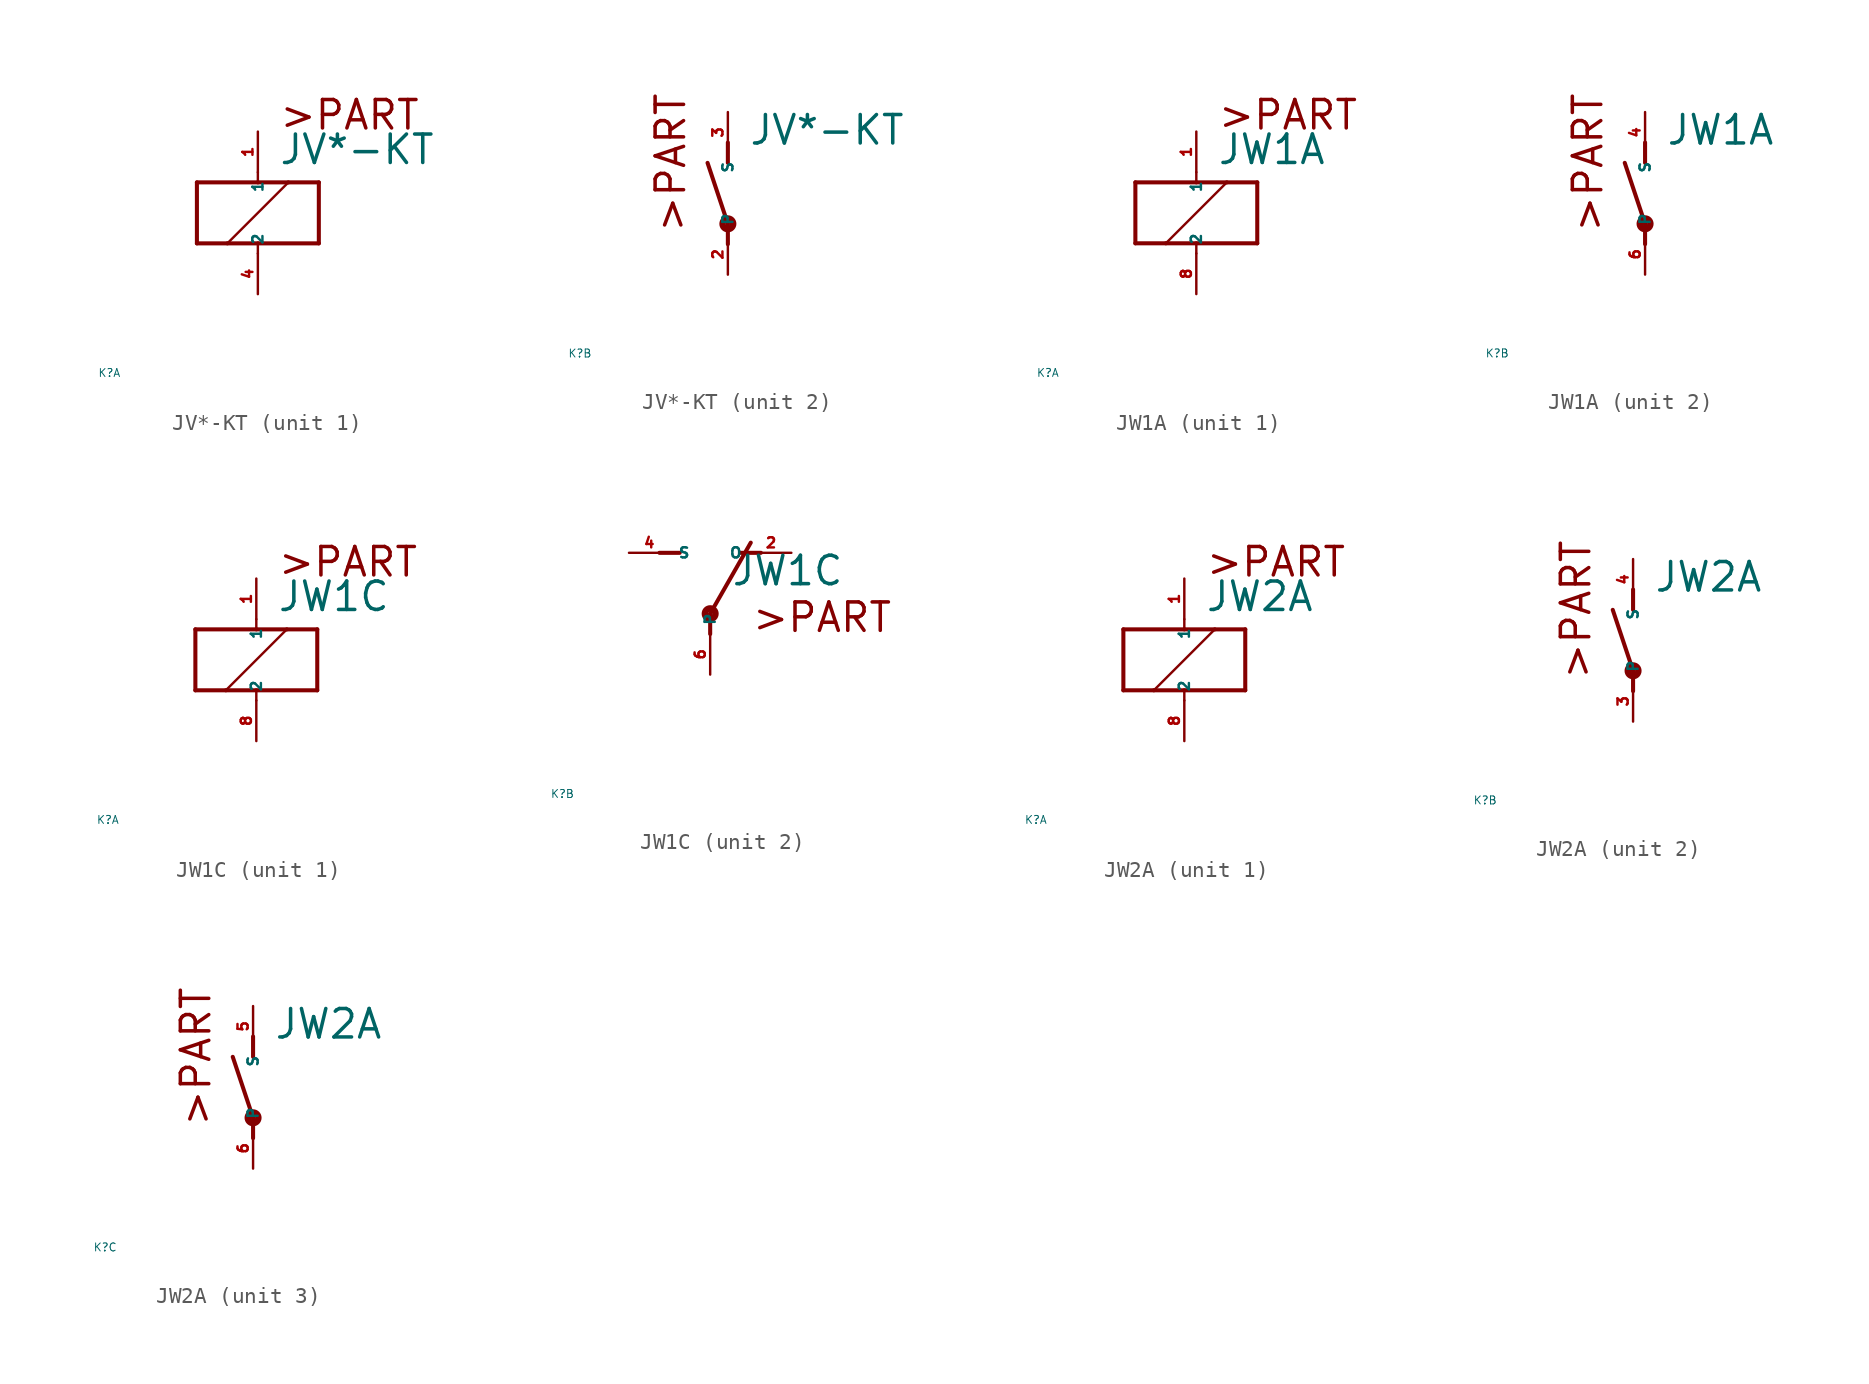
<source format=kicad_sym>
(kicad_symbol_lib
  (version 20220914)
  (generator Eagle2Kicad)
  (symbol "JV*-KT"
    (property "Reference" "K"
      (at -10 -10 0)
      (effects (font (size 0.5 0.5) (thickness 0.06)) (justify left)))
    (property "Value" "JV*-KT"
      (at 1.27 2.921 0)
      (effects (font (size 1.778 1.778) (thickness 0.22)) (justify left bottom)))
    (symbol "JV*-KT_1_0"
      (polyline (pts (xy -3.81 -1.905) (xy -1.905 -1.905)) (stroke (width 0.254) (type default)) (fill (type none)))
      (polyline (pts (xy 3.81 -1.905) (xy 3.81 1.905)) (stroke (width 0.254) (type default)) (fill (type none)))
      (polyline (pts (xy 3.81 1.905) (xy 1.905 1.905)) (stroke (width 0.254) (type default)) (fill (type none)))
      (polyline (pts (xy -3.81 1.905) (xy -3.81 -1.905)) (stroke (width 0.254) (type default)) (fill (type none)))
      (polyline (pts (xy 0 -2.54) (xy 0 -1.905)) (stroke (width 0.152) (type default)) (fill (type none)))
      (polyline (pts (xy 0 -1.905) (xy 3.81 -1.905)) (stroke (width 0.254) (type default)) (fill (type none)))
      (polyline (pts (xy 0 2.54) (xy 0 1.905)) (stroke (width 0.152) (type default)) (fill (type none)))
      (polyline (pts (xy 0 1.905) (xy -3.81 1.905)) (stroke (width 0.254) (type default)) (fill (type none)))
      (polyline (pts (xy -1.905 -1.905) (xy 1.905 1.905)) (stroke (width 0.152) (type default)) (fill (type none)))
      (polyline (pts (xy -1.905 -1.905) (xy 0 -1.905)) (stroke (width 0.254) (type default)) (fill (type none)))
      (polyline (pts (xy 1.905 1.905) (xy 0 1.905)) (stroke (width 0.254) (type default)) (fill (type none)))
      (text ">PART" (at 1.27 5.08 0) (effects (font (size 1.778 1.778) (thickness 0.22)) (justify left bottom)))
      (pin passive line (at 0 -5.08 90) (length 2.54) (name "2" (effects (font (size 0.635 0.635) (thickness 0.08)) (justify left bottom))) (number "4" (effects (font (size 0.635 0.635) (thickness 0.08)) (justify left bottom))))
      (pin passive line (at 0 5.08 270) (length 2.54) (name "1" (effects (font (size 0.635 0.635) (thickness 0.08)) (justify left bottom))) (number "1" (effects (font (size 0.635 0.635) (thickness 0.08)) (justify left bottom)))))
    (symbol "JV*-KT_2_0"
      (polyline (pts (xy 0 3.175) (xy 0 1.905)) (stroke (width 0.254) (type default)) (fill (type none)))
      (polyline (pts (xy 0 -3.175) (xy 0 -1.905)) (stroke (width 0.254) (type default)) (fill (type none)))
      (polyline (pts (xy 0 -1.905) (xy -1.27 1.905)) (stroke (width 0.254) (type default)) (fill (type none)))
      (text ">PART" (at -2.54 -2.54 900) (effects (font (size 1.778 1.778) (thickness 0.22)) (justify left bottom)))
      (circle (center 0 -1.905) (radius 0.127) (stroke (width 0.406) (type default)) (fill (type none)))
      (pin passive line (at 0 -5.08 90) (length 2.54) (name "P" (effects (font (size 0.635 0.635) (thickness 0.08)) (justify left bottom))) (number "2" (effects (font (size 0.635 0.635) (thickness 0.08)) (justify left bottom))))
      (pin passive line (at 0 5.08 270) (length 2.54) (name "S" (effects (font (size 0.635 0.635) (thickness 0.08)) (justify left bottom))) (number "3" (effects (font (size 0.635 0.635) (thickness 0.08)) (justify left bottom))))))
  (symbol "JW1A"
    (property "Reference" "K"
      (at -10 -10 0)
      (effects (font (size 0.5 0.5) (thickness 0.06)) (justify left)))
    (property "Value" "JW1A"
      (at 1.27 2.921 0)
      (effects (font (size 1.778 1.778) (thickness 0.22)) (justify left bottom)))
    (symbol "JW1A_1_0"
      (polyline (pts (xy -3.81 -1.905) (xy -1.905 -1.905)) (stroke (width 0.254) (type default)) (fill (type none)))
      (polyline (pts (xy 3.81 -1.905) (xy 3.81 1.905)) (stroke (width 0.254) (type default)) (fill (type none)))
      (polyline (pts (xy 3.81 1.905) (xy 1.905 1.905)) (stroke (width 0.254) (type default)) (fill (type none)))
      (polyline (pts (xy -3.81 1.905) (xy -3.81 -1.905)) (stroke (width 0.254) (type default)) (fill (type none)))
      (polyline (pts (xy 0 -2.54) (xy 0 -1.905)) (stroke (width 0.152) (type default)) (fill (type none)))
      (polyline (pts (xy 0 -1.905) (xy 3.81 -1.905)) (stroke (width 0.254) (type default)) (fill (type none)))
      (polyline (pts (xy 0 2.54) (xy 0 1.905)) (stroke (width 0.152) (type default)) (fill (type none)))
      (polyline (pts (xy 0 1.905) (xy -3.81 1.905)) (stroke (width 0.254) (type default)) (fill (type none)))
      (polyline (pts (xy -1.905 -1.905) (xy 1.905 1.905)) (stroke (width 0.152) (type default)) (fill (type none)))
      (polyline (pts (xy -1.905 -1.905) (xy 0 -1.905)) (stroke (width 0.254) (type default)) (fill (type none)))
      (polyline (pts (xy 1.905 1.905) (xy 0 1.905)) (stroke (width 0.254) (type default)) (fill (type none)))
      (text ">PART" (at 1.27 5.08 0) (effects (font (size 1.778 1.778) (thickness 0.22)) (justify left bottom)))
      (pin passive line (at 0 -5.08 90) (length 2.54) (name "2" (effects (font (size 0.635 0.635) (thickness 0.08)) (justify left bottom))) (number "8" (effects (font (size 0.635 0.635) (thickness 0.08)) (justify left bottom))))
      (pin passive line (at 0 5.08 270) (length 2.54) (name "1" (effects (font (size 0.635 0.635) (thickness 0.08)) (justify left bottom))) (number "1" (effects (font (size 0.635 0.635) (thickness 0.08)) (justify left bottom)))))
    (symbol "JW1A_2_0"
      (polyline (pts (xy 0 3.175) (xy 0 1.905)) (stroke (width 0.254) (type default)) (fill (type none)))
      (polyline (pts (xy 0 -3.175) (xy 0 -1.905)) (stroke (width 0.254) (type default)) (fill (type none)))
      (polyline (pts (xy 0 -1.905) (xy -1.27 1.905)) (stroke (width 0.254) (type default)) (fill (type none)))
      (text ">PART" (at -2.54 -2.54 900) (effects (font (size 1.778 1.778) (thickness 0.22)) (justify left bottom)))
      (circle (center 0 -1.905) (radius 0.127) (stroke (width 0.406) (type default)) (fill (type none)))
      (pin passive line (at 0 -5.08 90) (length 2.54) (name "P" (effects (font (size 0.635 0.635) (thickness 0.08)) (justify left bottom))) (number "6" (effects (font (size 0.635 0.635) (thickness 0.08)) (justify left bottom))))
      (pin passive line (at 0 5.08 270) (length 2.54) (name "S" (effects (font (size 0.635 0.635) (thickness 0.08)) (justify left bottom))) (number "4" (effects (font (size 0.635 0.635) (thickness 0.08)) (justify left bottom))))))
  (symbol "JW1C"
    (property "Reference" "K"
      (at -10 -10 0)
      (effects (font (size 0.5 0.5) (thickness 0.06)) (justify left)))
    (property "Value" "JW1C"
      (at 1.27 2.921 0)
      (effects (font (size 1.778 1.778) (thickness 0.22)) (justify left bottom)))
    (symbol "JW1C_1_0"
      (polyline (pts (xy -3.81 -1.905) (xy -1.905 -1.905)) (stroke (width 0.254) (type default)) (fill (type none)))
      (polyline (pts (xy 3.81 -1.905) (xy 3.81 1.905)) (stroke (width 0.254) (type default)) (fill (type none)))
      (polyline (pts (xy 3.81 1.905) (xy 1.905 1.905)) (stroke (width 0.254) (type default)) (fill (type none)))
      (polyline (pts (xy -3.81 1.905) (xy -3.81 -1.905)) (stroke (width 0.254) (type default)) (fill (type none)))
      (polyline (pts (xy 0 -2.54) (xy 0 -1.905)) (stroke (width 0.152) (type default)) (fill (type none)))
      (polyline (pts (xy 0 -1.905) (xy 3.81 -1.905)) (stroke (width 0.254) (type default)) (fill (type none)))
      (polyline (pts (xy 0 2.54) (xy 0 1.905)) (stroke (width 0.152) (type default)) (fill (type none)))
      (polyline (pts (xy 0 1.905) (xy -3.81 1.905)) (stroke (width 0.254) (type default)) (fill (type none)))
      (polyline (pts (xy -1.905 -1.905) (xy 1.905 1.905)) (stroke (width 0.152) (type default)) (fill (type none)))
      (polyline (pts (xy -1.905 -1.905) (xy 0 -1.905)) (stroke (width 0.254) (type default)) (fill (type none)))
      (polyline (pts (xy 1.905 1.905) (xy 0 1.905)) (stroke (width 0.254) (type default)) (fill (type none)))
      (text ">PART" (at 1.27 5.08 0) (effects (font (size 1.778 1.778) (thickness 0.22)) (justify left bottom)))
      (pin passive line (at 0 -5.08 90) (length 2.54) (name "2" (effects (font (size 0.635 0.635) (thickness 0.08)) (justify left bottom))) (number "8" (effects (font (size 0.635 0.635) (thickness 0.08)) (justify left bottom))))
      (pin passive line (at 0 5.08 270) (length 2.54) (name "1" (effects (font (size 0.635 0.635) (thickness 0.08)) (justify left bottom))) (number "1" (effects (font (size 0.635 0.635) (thickness 0.08)) (justify left bottom)))))
    (symbol "JW1C_2_0"
      (polyline (pts (xy 3.175 5.08) (xy 1.905 5.08)) (stroke (width 0.254) (type default)) (fill (type none)))
      (polyline (pts (xy -3.175 5.08) (xy -1.905 5.08)) (stroke (width 0.254) (type default)) (fill (type none)))
      (polyline (pts (xy 0 1.27) (xy 2.54 5.715)) (stroke (width 0.254) (type default)) (fill (type none)))
      (polyline (pts (xy 0 1.27) (xy 0 0)) (stroke (width 0.254) (type default)) (fill (type none)))
      (text ">PART" (at 2.54 0 0) (effects (font (size 1.778 1.778) (thickness 0.22)) (justify left bottom)))
      (circle (center 0 1.27) (radius 0.127) (stroke (width 0.406) (type default)) (fill (type none)))
      (pin passive line (at 5.08 5.08 180) (length 2.54) (name "O" (effects (font (size 0.635 0.635) (thickness 0.08)) (justify left bottom))) (number "2" (effects (font (size 0.635 0.635) (thickness 0.08)) (justify left bottom))))
      (pin passive line (at -5.08 5.08 0) (length 2.54) (name "S" (effects (font (size 0.635 0.635) (thickness 0.08)) (justify left bottom))) (number "4" (effects (font (size 0.635 0.635) (thickness 0.08)) (justify left bottom))))
      (pin passive line (at 0 -2.54 90) (length 2.54) (name "P" (effects (font (size 0.635 0.635) (thickness 0.08)) (justify left bottom))) (number "6" (effects (font (size 0.635 0.635) (thickness 0.08)) (justify left bottom))))))
  (symbol "JW2A"
    (property "Reference" "K"
      (at -10 -10 0)
      (effects (font (size 0.5 0.5) (thickness 0.06)) (justify left)))
    (property "Value" "JW2A"
      (at 1.27 2.921 0)
      (effects (font (size 1.778 1.778) (thickness 0.22)) (justify left bottom)))
    (symbol "JW2A_1_0"
      (polyline (pts (xy -3.81 -1.905) (xy -1.905 -1.905)) (stroke (width 0.254) (type default)) (fill (type none)))
      (polyline (pts (xy 3.81 -1.905) (xy 3.81 1.905)) (stroke (width 0.254) (type default)) (fill (type none)))
      (polyline (pts (xy 3.81 1.905) (xy 1.905 1.905)) (stroke (width 0.254) (type default)) (fill (type none)))
      (polyline (pts (xy -3.81 1.905) (xy -3.81 -1.905)) (stroke (width 0.254) (type default)) (fill (type none)))
      (polyline (pts (xy 0 -2.54) (xy 0 -1.905)) (stroke (width 0.152) (type default)) (fill (type none)))
      (polyline (pts (xy 0 -1.905) (xy 3.81 -1.905)) (stroke (width 0.254) (type default)) (fill (type none)))
      (polyline (pts (xy 0 2.54) (xy 0 1.905)) (stroke (width 0.152) (type default)) (fill (type none)))
      (polyline (pts (xy 0 1.905) (xy -3.81 1.905)) (stroke (width 0.254) (type default)) (fill (type none)))
      (polyline (pts (xy -1.905 -1.905) (xy 1.905 1.905)) (stroke (width 0.152) (type default)) (fill (type none)))
      (polyline (pts (xy -1.905 -1.905) (xy 0 -1.905)) (stroke (width 0.254) (type default)) (fill (type none)))
      (polyline (pts (xy 1.905 1.905) (xy 0 1.905)) (stroke (width 0.254) (type default)) (fill (type none)))
      (text ">PART" (at 1.27 5.08 0) (effects (font (size 1.778 1.778) (thickness 0.22)) (justify left bottom)))
      (pin passive line (at 0 -5.08 90) (length 2.54) (name "2" (effects (font (size 0.635 0.635) (thickness 0.08)) (justify left bottom))) (number "8" (effects (font (size 0.635 0.635) (thickness 0.08)) (justify left bottom))))
      (pin passive line (at 0 5.08 270) (length 2.54) (name "1" (effects (font (size 0.635 0.635) (thickness 0.08)) (justify left bottom))) (number "1" (effects (font (size 0.635 0.635) (thickness 0.08)) (justify left bottom)))))
    (symbol "JW2A_2_0"
      (polyline (pts (xy 0 3.175) (xy 0 1.905)) (stroke (width 0.254) (type default)) (fill (type none)))
      (polyline (pts (xy 0 -3.175) (xy 0 -1.905)) (stroke (width 0.254) (type default)) (fill (type none)))
      (polyline (pts (xy 0 -1.905) (xy -1.27 1.905)) (stroke (width 0.254) (type default)) (fill (type none)))
      (text ">PART" (at -2.54 -2.54 900) (effects (font (size 1.778 1.778) (thickness 0.22)) (justify left bottom)))
      (circle (center 0 -1.905) (radius 0.127) (stroke (width 0.406) (type default)) (fill (type none)))
      (pin passive line (at 0 -5.08 90) (length 2.54) (name "P" (effects (font (size 0.635 0.635) (thickness 0.08)) (justify left bottom))) (number "3" (effects (font (size 0.635 0.635) (thickness 0.08)) (justify left bottom))))
      (pin passive line (at 0 5.08 270) (length 2.54) (name "S" (effects (font (size 0.635 0.635) (thickness 0.08)) (justify left bottom))) (number "4" (effects (font (size 0.635 0.635) (thickness 0.08)) (justify left bottom)))))
    (symbol "JW2A_3_0"
      (polyline (pts (xy 0 3.175) (xy 0 1.905)) (stroke (width 0.254) (type default)) (fill (type none)))
      (polyline (pts (xy 0 -3.175) (xy 0 -1.905)) (stroke (width 0.254) (type default)) (fill (type none)))
      (polyline (pts (xy 0 -1.905) (xy -1.27 1.905)) (stroke (width 0.254) (type default)) (fill (type none)))
      (text ">PART" (at -2.54 -2.54 900) (effects (font (size 1.778 1.778) (thickness 0.22)) (justify left bottom)))
      (circle (center 0 -1.905) (radius 0.127) (stroke (width 0.406) (type default)) (fill (type none)))
      (pin passive line (at 0 -5.08 90) (length 2.54) (name "P" (effects (font (size 0.635 0.635) (thickness 0.08)) (justify left bottom))) (number "6" (effects (font (size 0.635 0.635) (thickness 0.08)) (justify left bottom))))
      (pin passive line (at 0 5.08 270) (length 2.54) (name "S" (effects (font (size 0.635 0.635) (thickness 0.08)) (justify left bottom))) (number "5" (effects (font (size 0.635 0.635) (thickness 0.08)) (justify left bottom)))))))
</source>
